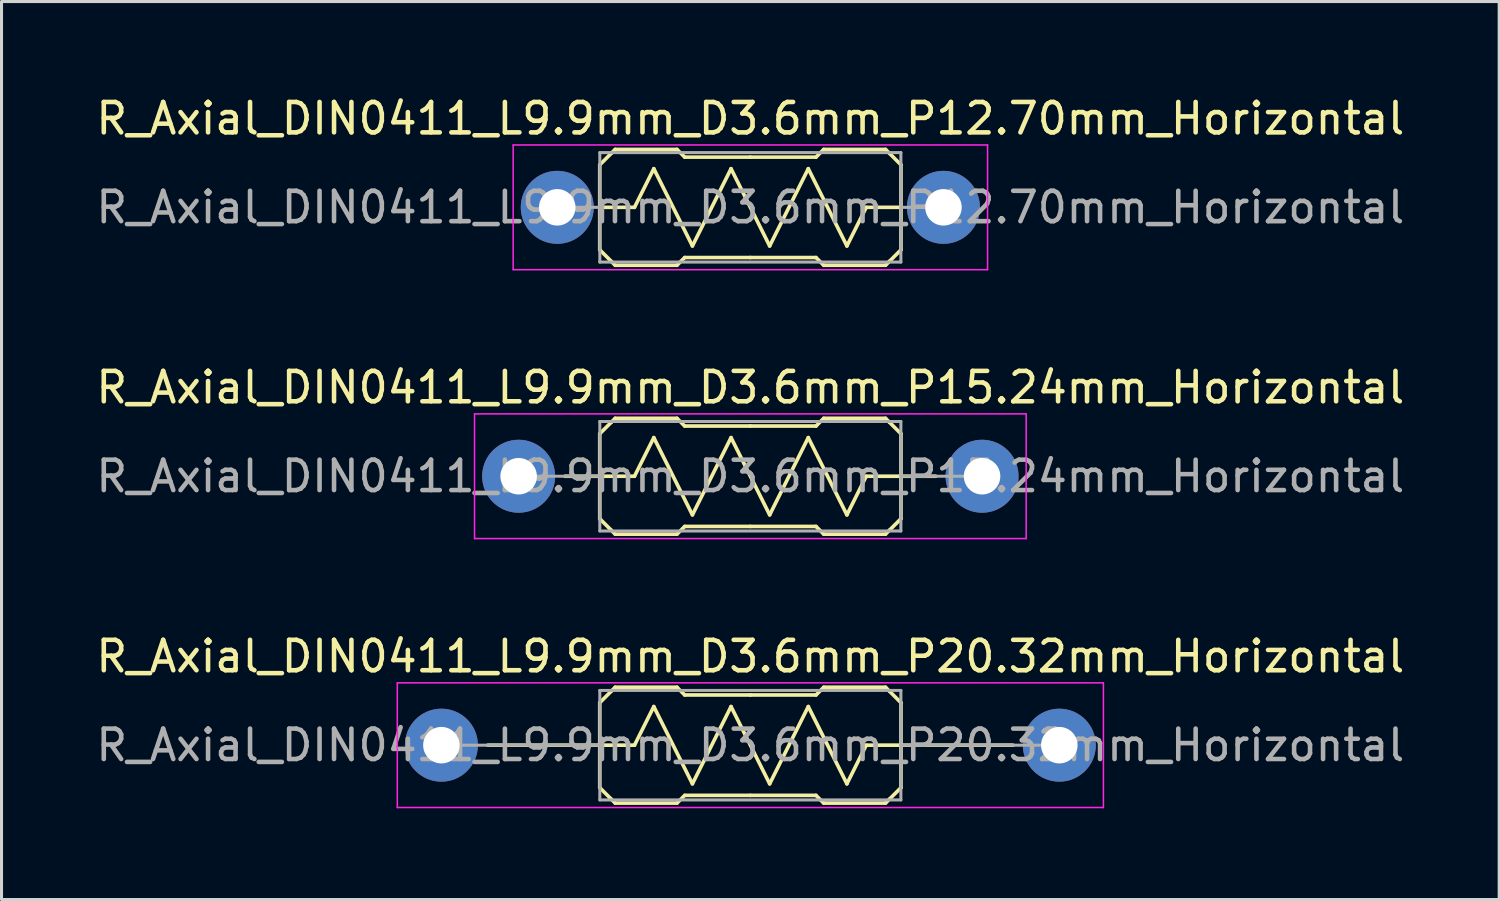
<source format=kicad_pcb>
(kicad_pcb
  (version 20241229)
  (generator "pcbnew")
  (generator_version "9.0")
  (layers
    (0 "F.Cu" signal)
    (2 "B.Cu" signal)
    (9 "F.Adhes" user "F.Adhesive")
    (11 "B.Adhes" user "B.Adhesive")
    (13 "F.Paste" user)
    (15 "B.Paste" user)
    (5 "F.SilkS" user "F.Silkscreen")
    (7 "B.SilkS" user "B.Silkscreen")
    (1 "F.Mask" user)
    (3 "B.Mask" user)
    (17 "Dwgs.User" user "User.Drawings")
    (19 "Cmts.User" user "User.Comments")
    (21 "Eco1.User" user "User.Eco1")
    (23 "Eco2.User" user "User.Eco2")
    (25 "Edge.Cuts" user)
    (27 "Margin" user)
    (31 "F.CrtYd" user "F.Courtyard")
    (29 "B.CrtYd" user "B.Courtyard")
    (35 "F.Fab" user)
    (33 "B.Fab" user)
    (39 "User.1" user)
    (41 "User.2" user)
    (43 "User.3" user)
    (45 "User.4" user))
  (footprint "R_Axial_DIN0411_L9.9mm_D3.6mm_P12.70mm_Horizontal"
    (layer "F.Cu")
    (at 15.275 3.768)
    (property "Reference" "R_Axial_DIN0411_L9.9mm_D3.6mm_P12.70mm_Horizontal" (at 6.35 -2.92 0) (layer "F.SilkS") (effects (font (size 1 1) (thickness 0.15))))
    (attr through_hole)
    (fp_line (start 1.397 -1.397) (end 1.778 -1.778) (stroke (width 0.12) (type solid)) (layer "F.SilkS"))
    (fp_line (start 1.397 1.397) (end 1.397 -1.397) (stroke (width 0.12) (type solid)) (layer "F.SilkS"))
    (fp_line (start 1.397 1.397) (end 1.778 1.778) (stroke (width 0.12) (type solid)) (layer "F.SilkS"))
    (fp_line (start 1.778 -1.778) (end 1.905 -1.905) (stroke (width 0.12) (type solid)) (layer "F.SilkS"))
    (fp_line (start 1.778 1.778) (end 1.905 1.905) (stroke (width 0.12) (type solid)) (layer "F.SilkS"))
    (fp_line (start 1.905 -1.905) (end 3.937 -1.905) (stroke (width 0.12) (type solid)) (layer "F.SilkS"))
    (fp_line (start 1.905 1.905) (end 3.937 1.905) (stroke (width 0.12) (type solid)) (layer "F.SilkS"))
    (fp_line (start 2.54 0) (end 1.397 0) (stroke (width 0.12) (type solid)) (layer "F.SilkS"))
    (fp_line (start 2.54 0) (end 3.175 -1.27) (stroke (width 0.12) (type solid)) (layer "F.SilkS"))
    (fp_line (start 3.175 -1.27) (end 4.445 1.27) (stroke (width 0.12) (type solid)) (layer "F.SilkS"))
    (fp_line (start 3.937 -1.905) (end 4.191 -1.651) (stroke (width 0.12) (type solid)) (layer "F.SilkS"))
    (fp_line (start 3.937 1.905) (end 4.191 1.651) (stroke (width 0.12) (type solid)) (layer "F.SilkS"))
    (fp_line (start 4.191 -1.651) (end 6.35 -1.651) (stroke (width 0.12) (type solid)) (layer "F.SilkS"))
    (fp_line (start 4.191 1.651) (end 6.35 1.651) (stroke (width 0.12) (type solid)) (layer "F.SilkS"))
    (fp_line (start 4.445 1.27) (end 5.715 -1.27) (stroke (width 0.12) (type solid)) (layer "F.SilkS"))
    (fp_line (start 5.715 -1.27) (end 6.985 1.27) (stroke (width 0.12) (type solid)) (layer "F.SilkS"))
    (fp_line (start 6.985 1.27) (end 8.255 -1.27) (stroke (width 0.12) (type solid)) (layer "F.SilkS"))
    (fp_line (start 8.255 -1.27) (end 9.525 1.27) (stroke (width 0.12) (type solid)) (layer "F.SilkS"))
    (fp_line (start 8.509 -1.651) (end 6.35 -1.651) (stroke (width 0.12) (type solid)) (layer "F.SilkS"))
    (fp_line (start 8.509 1.651) (end 6.35 1.651) (stroke (width 0.12) (type solid)) (layer "F.SilkS"))
    (fp_line (start 8.763 -1.905) (end 8.509 -1.651) (stroke (width 0.12) (type solid)) (layer "F.SilkS"))
    (fp_line (start 8.763 1.905) (end 8.509 1.651) (stroke (width 0.12) (type solid)) (layer "F.SilkS"))
    (fp_line (start 9.525 1.27) (end 10.16 0) (stroke (width 0.12) (type solid)) (layer "F.SilkS"))
    (fp_line (start 10.16 0) (end 11.303 0) (stroke (width 0.12) (type solid)) (layer "F.SilkS"))
    (fp_line (start 10.795 -1.905) (end 8.763 -1.905) (stroke (width 0.12) (type solid)) (layer "F.SilkS"))
    (fp_line (start 10.795 1.905) (end 8.763 1.905) (stroke (width 0.12) (type solid)) (layer "F.SilkS"))
    (fp_line (start 10.922 -1.778) (end 10.795 -1.905) (stroke (width 0.12) (type solid)) (layer "F.SilkS"))
    (fp_line (start 10.922 1.778) (end 10.795 1.905) (stroke (width 0.12) (type solid)) (layer "F.SilkS"))
    (fp_line (start 11.303 -1.397) (end 10.922 -1.778) (stroke (width 0.12) (type solid)) (layer "F.SilkS"))
    (fp_line (start 11.303 1.397) (end 10.922 1.778) (stroke (width 0.12) (type solid)) (layer "F.SilkS"))
    (fp_line (start 11.303 1.397) (end 11.303 -1.397) (stroke (width 0.12) (type solid)) (layer "F.SilkS"))
    (fp_line (start -1.45 -2.05) (end -1.45 2.05) (stroke (width 0.05) (type solid)) (layer "F.CrtYd"))
    (fp_line (start -1.45 2.05) (end 14.15 2.05) (stroke (width 0.05) (type solid)) (layer "F.CrtYd"))
    (fp_line (start 14.15 -2.05) (end -1.45 -2.05) (stroke (width 0.05) (type solid)) (layer "F.CrtYd"))
    (fp_line (start 14.15 2.05) (end 14.15 -2.05) (stroke (width 0.05) (type solid)) (layer "F.CrtYd"))
    (fp_line (start 0 0) (end 1.4 0) (stroke (width 0.1) (type solid)) (layer "F.Fab"))
    (fp_line (start 1.4 -1.8) (end 1.4 1.8) (stroke (width 0.1) (type solid)) (layer "F.Fab"))
    (fp_line (start 1.4 1.8) (end 11.3 1.8) (stroke (width 0.1) (type solid)) (layer "F.Fab"))
    (fp_line (start 11.3 -1.8) (end 1.4 -1.8) (stroke (width 0.1) (type solid)) (layer "F.Fab"))
    (fp_line (start 11.3 1.8) (end 11.3 -1.8) (stroke (width 0.1) (type solid)) (layer "F.Fab"))
    (fp_line (start 12.7 0) (end 11.3 0) (stroke (width 0.1) (type solid)) (layer "F.Fab"))
    (fp_text user "${REFERENCE}" (at 6.35 0 0) (layer "F.Fab") (effects (font (size 1 1) (thickness 0.15))))
    (pad "1" thru_hole circle (at 0 0) (size 2.4 2.4) (drill 1.2) (layers "*.Cu" "*.Mask"))
    (pad "2" thru_hole oval (at 12.7 0) (size 2.4 2.4) (drill 1.2) (layers "*.Cu" "*.Mask")))
  (footprint "R_Axial_DIN0411_L9.9mm_D3.6mm_P20.32mm_Horizontal"
    (layer "F.Cu")
    (at 11.465 21.455)
    (property "Reference" "R_Axial_DIN0411_L9.9mm_D3.6mm_P20.32mm_Horizontal" (at 10.16 -2.92 0) (layer "F.SilkS") (effects (font (size 1 1) (thickness 0.15))))
    (attr through_hole)
    (fp_line (start 5.207 -1.397) (end 5.588 -1.778) (stroke (width 0.12) (type solid)) (layer "F.SilkS"))
    (fp_line (start 5.207 0) (end 1.524 0) (stroke (width 0.12) (type solid)) (layer "F.SilkS"))
    (fp_line (start 5.207 1.397) (end 5.207 -1.397) (stroke (width 0.12) (type solid)) (layer "F.SilkS"))
    (fp_line (start 5.207 1.397) (end 5.588 1.778) (stroke (width 0.12) (type solid)) (layer "F.SilkS"))
    (fp_line (start 5.588 -1.778) (end 5.715 -1.905) (stroke (width 0.12) (type solid)) (layer "F.SilkS"))
    (fp_line (start 5.588 1.778) (end 5.715 1.905) (stroke (width 0.12) (type solid)) (layer "F.SilkS"))
    (fp_line (start 5.715 -1.905) (end 7.747 -1.905) (stroke (width 0.12) (type solid)) (layer "F.SilkS"))
    (fp_line (start 5.715 1.905) (end 7.747 1.905) (stroke (width 0.12) (type solid)) (layer "F.SilkS"))
    (fp_line (start 6.35 0) (end 5.207 0) (stroke (width 0.12) (type solid)) (layer "F.SilkS"))
    (fp_line (start 6.35 0) (end 6.985 -1.27) (stroke (width 0.12) (type solid)) (layer "F.SilkS"))
    (fp_line (start 6.985 -1.27) (end 8.255 1.27) (stroke (width 0.12) (type solid)) (layer "F.SilkS"))
    (fp_line (start 7.747 -1.905) (end 8.001 -1.651) (stroke (width 0.12) (type solid)) (layer "F.SilkS"))
    (fp_line (start 7.747 1.905) (end 8.001 1.651) (stroke (width 0.12) (type solid)) (layer "F.SilkS"))
    (fp_line (start 8.001 -1.651) (end 10.16 -1.651) (stroke (width 0.12) (type solid)) (layer "F.SilkS"))
    (fp_line (start 8.001 1.651) (end 10.16 1.651) (stroke (width 0.12) (type solid)) (layer "F.SilkS"))
    (fp_line (start 8.255 1.27) (end 9.525 -1.27) (stroke (width 0.12) (type solid)) (layer "F.SilkS"))
    (fp_line (start 9.525 -1.27) (end 10.795 1.27) (stroke (width 0.12) (type solid)) (layer "F.SilkS"))
    (fp_line (start 10.795 1.27) (end 12.065 -1.27) (stroke (width 0.12) (type solid)) (layer "F.SilkS"))
    (fp_line (start 12.065 -1.27) (end 13.335 1.27) (stroke (width 0.12) (type solid)) (layer "F.SilkS"))
    (fp_line (start 12.319 -1.651) (end 10.16 -1.651) (stroke (width 0.12) (type solid)) (layer "F.SilkS"))
    (fp_line (start 12.319 1.651) (end 10.16 1.651) (stroke (width 0.12) (type solid)) (layer "F.SilkS"))
    (fp_line (start 12.573 -1.905) (end 12.319 -1.651) (stroke (width 0.12) (type solid)) (layer "F.SilkS"))
    (fp_line (start 12.573 1.905) (end 12.319 1.651) (stroke (width 0.12) (type solid)) (layer "F.SilkS"))
    (fp_line (start 13.335 1.27) (end 13.97 0) (stroke (width 0.12) (type solid)) (layer "F.SilkS"))
    (fp_line (start 13.97 0) (end 15.113 0) (stroke (width 0.12) (type solid)) (layer "F.SilkS"))
    (fp_line (start 14.605 -1.905) (end 12.573 -1.905) (stroke (width 0.12) (type solid)) (layer "F.SilkS"))
    (fp_line (start 14.605 1.905) (end 12.573 1.905) (stroke (width 0.12) (type solid)) (layer "F.SilkS"))
    (fp_line (start 14.732 -1.778) (end 14.605 -1.905) (stroke (width 0.12) (type solid)) (layer "F.SilkS"))
    (fp_line (start 14.732 1.778) (end 14.605 1.905) (stroke (width 0.12) (type solid)) (layer "F.SilkS"))
    (fp_line (start 15.113 -1.397) (end 14.732 -1.778) (stroke (width 0.12) (type solid)) (layer "F.SilkS"))
    (fp_line (start 15.113 0) (end 18.796 0) (stroke (width 0.12) (type solid)) (layer "F.SilkS"))
    (fp_line (start 15.113 1.397) (end 14.732 1.778) (stroke (width 0.12) (type solid)) (layer "F.SilkS"))
    (fp_line (start 15.113 1.397) (end 15.113 -1.397) (stroke (width 0.12) (type solid)) (layer "F.SilkS"))
    (fp_line (start -1.45 -2.05) (end -1.45 2.05) (stroke (width 0.05) (type solid)) (layer "F.CrtYd"))
    (fp_line (start -1.45 2.05) (end 21.77 2.05) (stroke (width 0.05) (type solid)) (layer "F.CrtYd"))
    (fp_line (start 21.77 -2.05) (end -1.45 -2.05) (stroke (width 0.05) (type solid)) (layer "F.CrtYd"))
    (fp_line (start 21.77 2.05) (end 21.77 -2.05) (stroke (width 0.05) (type solid)) (layer "F.CrtYd"))
    (fp_line (start 0 0) (end 5.21 0) (stroke (width 0.1) (type solid)) (layer "F.Fab"))
    (fp_line (start 5.21 -1.8) (end 5.21 1.8) (stroke (width 0.1) (type solid)) (layer "F.Fab"))
    (fp_line (start 5.21 1.8) (end 15.11 1.8) (stroke (width 0.1) (type solid)) (layer "F.Fab"))
    (fp_line (start 15.11 -1.8) (end 5.21 -1.8) (stroke (width 0.1) (type solid)) (layer "F.Fab"))
    (fp_line (start 15.11 1.8) (end 15.11 -1.8) (stroke (width 0.1) (type solid)) (layer "F.Fab"))
    (fp_line (start 20.32 0) (end 15.11 0) (stroke (width 0.1) (type solid)) (layer "F.Fab"))
    (fp_text user "${REFERENCE}" (at 10.16 0 0) (layer "F.Fab") (effects (font (size 1 1) (thickness 0.15))))
    (pad "1" thru_hole circle (at 0 0) (size 2.4 2.4) (drill 1.2) (layers "*.Cu" "*.Mask"))
    (pad "2" thru_hole oval (at 20.32 0) (size 2.4 2.4) (drill 1.2) (layers "*.Cu" "*.Mask")))
  (footprint "R_Axial_DIN0411_L9.9mm_D3.6mm_P15.24mm_Horizontal"
    (layer "F.Cu")
    (at 14.005 12.611)
    (property "Reference" "R_Axial_DIN0411_L9.9mm_D3.6mm_P15.24mm_Horizontal" (at 7.62 -2.92 0) (layer "F.SilkS") (effects (font (size 1 1) (thickness 0.15))))
    (attr through_hole)
    (fp_line (start 2.667 -1.397) (end 3.048 -1.778) (stroke (width 0.12) (type solid)) (layer "F.SilkS"))
    (fp_line (start 2.667 0) (end 1.524 0) (stroke (width 0.12) (type solid)) (layer "F.SilkS"))
    (fp_line (start 2.667 1.397) (end 2.667 -1.397) (stroke (width 0.12) (type solid)) (layer "F.SilkS"))
    (fp_line (start 2.667 1.397) (end 3.048 1.778) (stroke (width 0.12) (type solid)) (layer "F.SilkS"))
    (fp_line (start 3.048 -1.778) (end 3.175 -1.905) (stroke (width 0.12) (type solid)) (layer "F.SilkS"))
    (fp_line (start 3.048 1.778) (end 3.175 1.905) (stroke (width 0.12) (type solid)) (layer "F.SilkS"))
    (fp_line (start 3.175 -1.905) (end 5.207 -1.905) (stroke (width 0.12) (type solid)) (layer "F.SilkS"))
    (fp_line (start 3.175 1.905) (end 5.207 1.905) (stroke (width 0.12) (type solid)) (layer "F.SilkS"))
    (fp_line (start 3.81 0) (end 2.667 0) (stroke (width 0.12) (type solid)) (layer "F.SilkS"))
    (fp_line (start 3.81 0) (end 4.445 -1.27) (stroke (width 0.12) (type solid)) (layer "F.SilkS"))
    (fp_line (start 4.445 -1.27) (end 5.715 1.27) (stroke (width 0.12) (type solid)) (layer "F.SilkS"))
    (fp_line (start 5.207 -1.905) (end 5.461 -1.651) (stroke (width 0.12) (type solid)) (layer "F.SilkS"))
    (fp_line (start 5.207 1.905) (end 5.461 1.651) (stroke (width 0.12) (type solid)) (layer "F.SilkS"))
    (fp_line (start 5.461 -1.651) (end 7.62 -1.651) (stroke (width 0.12) (type solid)) (layer "F.SilkS"))
    (fp_line (start 5.461 1.651) (end 7.62 1.651) (stroke (width 0.12) (type solid)) (layer "F.SilkS"))
    (fp_line (start 5.715 1.27) (end 6.985 -1.27) (stroke (width 0.12) (type solid)) (layer "F.SilkS"))
    (fp_line (start 6.985 -1.27) (end 8.255 1.27) (stroke (width 0.12) (type solid)) (layer "F.SilkS"))
    (fp_line (start 8.255 1.27) (end 9.525 -1.27) (stroke (width 0.12) (type solid)) (layer "F.SilkS"))
    (fp_line (start 9.525 -1.27) (end 10.795 1.27) (stroke (width 0.12) (type solid)) (layer "F.SilkS"))
    (fp_line (start 9.779 -1.651) (end 7.62 -1.651) (stroke (width 0.12) (type solid)) (layer "F.SilkS"))
    (fp_line (start 9.779 1.651) (end 7.62 1.651) (stroke (width 0.12) (type solid)) (layer "F.SilkS"))
    (fp_line (start 10.033 -1.905) (end 9.779 -1.651) (stroke (width 0.12) (type solid)) (layer "F.SilkS"))
    (fp_line (start 10.033 1.905) (end 9.779 1.651) (stroke (width 0.12) (type solid)) (layer "F.SilkS"))
    (fp_line (start 10.795 1.27) (end 11.43 0) (stroke (width 0.12) (type solid)) (layer "F.SilkS"))
    (fp_line (start 11.43 0) (end 12.573 0) (stroke (width 0.12) (type solid)) (layer "F.SilkS"))
    (fp_line (start 12.065 -1.905) (end 10.033 -1.905) (stroke (width 0.12) (type solid)) (layer "F.SilkS"))
    (fp_line (start 12.065 1.905) (end 10.033 1.905) (stroke (width 0.12) (type solid)) (layer "F.SilkS"))
    (fp_line (start 12.192 -1.778) (end 12.065 -1.905) (stroke (width 0.12) (type solid)) (layer "F.SilkS"))
    (fp_line (start 12.192 1.778) (end 12.065 1.905) (stroke (width 0.12) (type solid)) (layer "F.SilkS"))
    (fp_line (start 12.573 -1.397) (end 12.192 -1.778) (stroke (width 0.12) (type solid)) (layer "F.SilkS"))
    (fp_line (start 12.573 0) (end 13.716 0) (stroke (width 0.12) (type solid)) (layer "F.SilkS"))
    (fp_line (start 12.573 1.397) (end 12.192 1.778) (stroke (width 0.12) (type solid)) (layer "F.SilkS"))
    (fp_line (start 12.573 1.397) (end 12.573 -1.397) (stroke (width 0.12) (type solid)) (layer "F.SilkS"))
    (fp_line (start -1.45 -2.05) (end -1.45 2.05) (stroke (width 0.05) (type solid)) (layer "F.CrtYd"))
    (fp_line (start -1.45 2.05) (end 16.69 2.05) (stroke (width 0.05) (type solid)) (layer "F.CrtYd"))
    (fp_line (start 16.69 -2.05) (end -1.45 -2.05) (stroke (width 0.05) (type solid)) (layer "F.CrtYd"))
    (fp_line (start 16.69 2.05) (end 16.69 -2.05) (stroke (width 0.05) (type solid)) (layer "F.CrtYd"))
    (fp_line (start 0 0) (end 2.67 0) (stroke (width 0.1) (type solid)) (layer "F.Fab"))
    (fp_line (start 2.67 -1.8) (end 2.67 1.8) (stroke (width 0.1) (type solid)) (layer "F.Fab"))
    (fp_line (start 2.67 1.8) (end 12.57 1.8) (stroke (width 0.1) (type solid)) (layer "F.Fab"))
    (fp_line (start 12.57 -1.8) (end 2.67 -1.8) (stroke (width 0.1) (type solid)) (layer "F.Fab"))
    (fp_line (start 12.57 1.8) (end 12.57 -1.8) (stroke (width 0.1) (type solid)) (layer "F.Fab"))
    (fp_line (start 15.24 0) (end 12.57 0) (stroke (width 0.1) (type solid)) (layer "F.Fab"))
    (fp_text user "${REFERENCE}" (at 7.62 0 0) (layer "F.Fab") (effects (font (size 1 1) (thickness 0.15))))
    (pad "1" thru_hole circle (at 0 0) (size 2.4 2.4) (drill 1.2) (layers "*.Cu" "*.Mask"))
    (pad "2" thru_hole oval (at 15.24 0) (size 2.4 2.4) (drill 1.2) (layers "*.Cu" "*.Mask")))
  (gr_rect
    (start -3 -3)
    (end 46.25 26.53)
    (stroke (width 0.1) (type default))
    (fill no)
    (layer "Edge.Cuts")))
</source>
